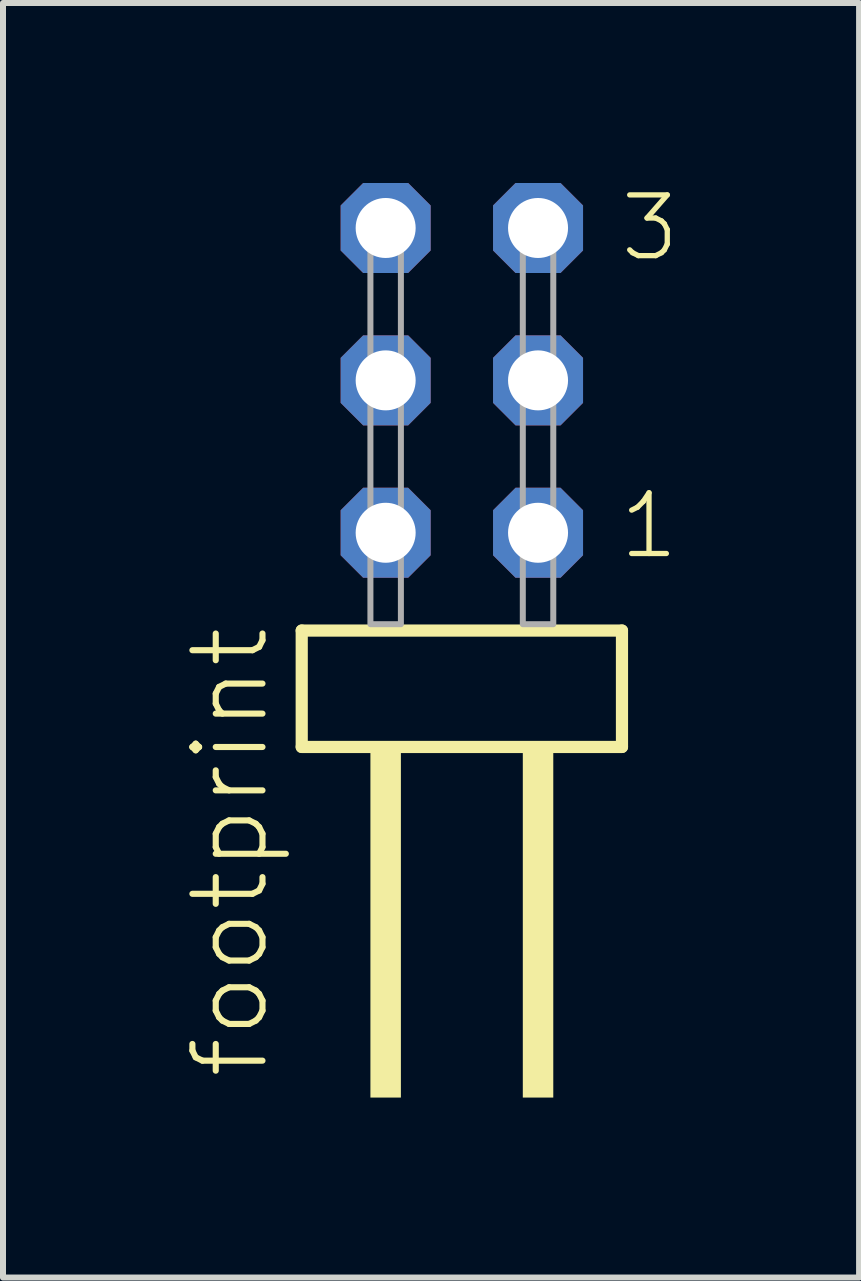
<source format=kicad_pcb>
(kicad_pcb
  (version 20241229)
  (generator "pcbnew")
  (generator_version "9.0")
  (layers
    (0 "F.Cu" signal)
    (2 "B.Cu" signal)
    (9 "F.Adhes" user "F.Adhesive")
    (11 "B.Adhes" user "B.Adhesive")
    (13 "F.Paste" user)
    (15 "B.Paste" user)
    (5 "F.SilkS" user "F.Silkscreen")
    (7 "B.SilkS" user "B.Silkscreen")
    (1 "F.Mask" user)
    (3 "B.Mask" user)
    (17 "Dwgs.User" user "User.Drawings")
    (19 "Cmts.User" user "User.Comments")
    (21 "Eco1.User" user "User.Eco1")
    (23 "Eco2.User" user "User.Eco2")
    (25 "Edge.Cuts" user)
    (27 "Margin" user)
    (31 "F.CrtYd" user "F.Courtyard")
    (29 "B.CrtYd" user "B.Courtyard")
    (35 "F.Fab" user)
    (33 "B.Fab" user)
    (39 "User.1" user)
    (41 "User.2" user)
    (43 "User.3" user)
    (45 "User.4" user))
  (footprint "footprint"
    (layer "F.Cu")
    (at 4.648 7.354)
    (property "Reference" "footprint" (at -3.175 7.62 90) (layer "F.SilkS") (effects (font (size 1.168 1.168) (thickness 0.102)) (justify left bottom)))
    (fp_line (start -2.669 0.106) (end -2.669 2.046) (stroke (width 0.203) (type solid)) (layer "F.SilkS"))
    (fp_line (start -2.669 2.046) (end 2.669 2.046) (stroke (width 0.203) (type solid)) (layer "F.SilkS"))
    (fp_line (start 2.669 0.106) (end -2.669 0.106) (stroke (width 0.203) (type solid)) (layer "F.SilkS"))
    (fp_line (start 2.669 2.046) (end 2.669 0.106) (stroke (width 0.203) (type solid)) (layer "F.SilkS"))
    (fp_poly (pts (xy -1.524 7.89) (xy -1.016 7.89) (xy -1.016 2.04) (xy -1.524 2.04)) (stroke (width 0) (type solid)) (fill yes) (layer "F.SilkS"))
    (fp_poly (pts (xy 1.016 7.89) (xy 1.524 7.89) (xy 1.524 2.04) (xy 1.016 2.04)) (stroke (width 0) (type solid)) (fill yes) (layer "F.SilkS"))
    (fp_poly (pts (xy -1.524 0) (xy -1.016 0) (xy -1.016 -6.858) (xy -1.524 -6.858)) (stroke (width 0.1) (type solid)) (fill no) (layer "F.Fab"))
    (fp_poly (pts (xy 1.016 0) (xy 1.524 0) (xy 1.524 -6.858) (xy 1.016 -6.858)) (stroke (width 0.1) (type solid)) (fill no) (layer "F.Fab"))
    (fp_text user "3" (at 2.595 -6.015 0) (layer "F.SilkS") (effects (font (size 1.012 1.012) (thickness 0.088)) (justify left bottom)))
    (fp_text user "1" (at 2.58 -1.05 0) (layer "F.SilkS") (effects (font (size 1.012 1.012) (thickness 0.088)) (justify left bottom)))
    (pad "1" thru_hole roundrect (at 1.27 -1.524 180) (size 1.5 1.5) (drill 1) (layers "*.Cu" "*.Mask") (roundrect_rratio 0.25) (chamfer_ratio 0.25) (chamfer top_left top_right bottom_left bottom_right))
    (pad "2" thru_hole roundrect (at 1.27 -4.064 180) (size 1.5 1.5) (drill 1) (layers "*.Cu" "*.Mask") (roundrect_rratio 0.25) (chamfer_ratio 0.25) (chamfer top_left top_right bottom_left bottom_right))
    (pad "3" thru_hole roundrect (at 1.27 -6.604 180) (size 1.5 1.5) (drill 1) (layers "*.Cu" "*.Mask") (roundrect_rratio 0.25) (chamfer_ratio 0.25) (chamfer top_left top_right bottom_left bottom_right))
    (pad "4" thru_hole roundrect (at -1.27 -1.524 180) (size 1.5 1.5) (drill 1) (layers "*.Cu" "*.Mask") (roundrect_rratio 0.25) (chamfer_ratio 0.25) (chamfer top_left top_right bottom_left bottom_right))
    (pad "5" thru_hole roundrect (at -1.27 -4.064 180) (size 1.5 1.5) (drill 1) (layers "*.Cu" "*.Mask") (roundrect_rratio 0.25) (chamfer_ratio 0.25) (chamfer top_left top_right bottom_left bottom_right))
    (pad "6" thru_hole roundrect (at -1.27 -6.604 180) (size 1.5 1.5) (drill 1) (layers "*.Cu" "*.Mask") (roundrect_rratio 0.25) (chamfer_ratio 0.25) (chamfer top_left top_right bottom_left bottom_right)))
  (gr_rect
    (start -3 -3)
    (end 11.269 18.244)
    (stroke (width 0.1) (type default))
    (fill no)
    (layer "Edge.Cuts")))
</source>
